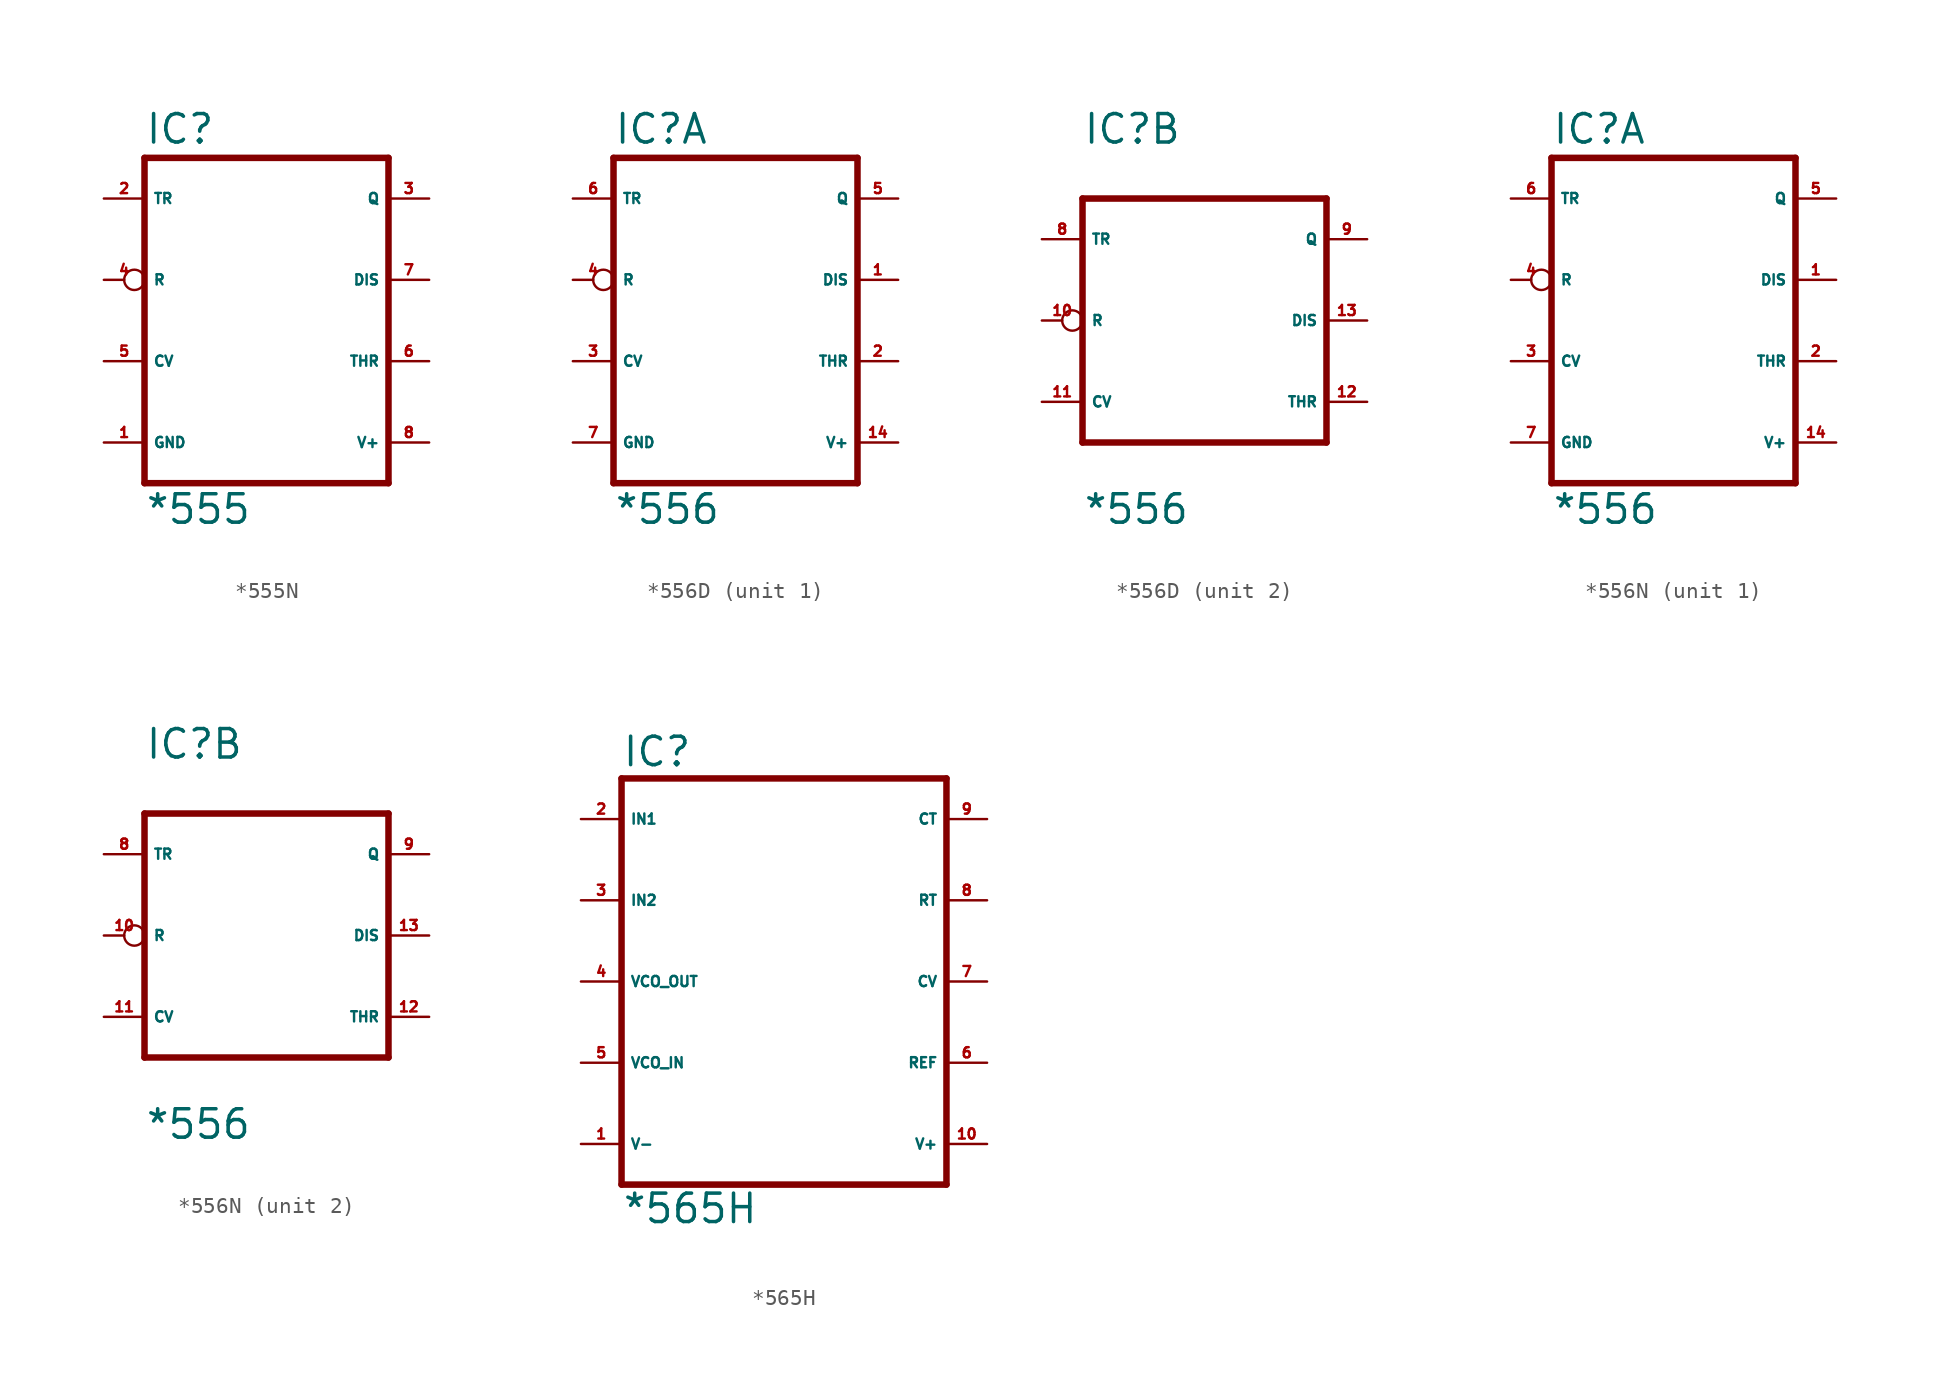
<source format=kicad_sym>
(kicad_symbol_lib
  (version 20220914)
  (generator Eagle2Kicad)
  (symbol "*555N"
    (property "Reference" "IC"
      (at -7.62 10.922 0)
      (effects (font (size 1.778 1.778) (thickness 0.22)) (justify left bottom)))
    (property "Value" "*555"
      (at -7.62 -12.827 0)
      (effects (font (size 1.778 1.778) (thickness 0.22)) (justify left bottom)))
    (polyline
      (pts (xy -7.62 -10.16) (xy 7.62 -10.16))
      (stroke (width 0.406) (type default))
      (fill (type none)))
    (polyline
      (pts (xy 7.62 -10.16) (xy 7.62 10.16))
      (stroke (width 0.406) (type default))
      (fill (type none)))
    (polyline
      (pts (xy 7.62 10.16) (xy -7.62 10.16))
      (stroke (width 0.406) (type default))
      (fill (type none)))
    (polyline
      (pts (xy -7.62 10.16) (xy -7.62 -10.16))
      (stroke (width 0.406) (type default))
      (fill (type none)))
    (pin input line
      (at -10.16 7.62 0)
      (length 2.54)
      (name "TR" (effects (font (size 0.635 0.635) (thickness 0.08)) (justify left bottom)))
      (number "2" (effects (font (size 0.635 0.635) (thickness 0.08)) (justify left bottom))))
    (pin output line
      (at 10.16 7.62 180)
      (length 2.54)
      (name "Q" (effects (font (size 0.635 0.635) (thickness 0.08)) (justify left bottom)))
      (number "3" (effects (font (size 0.635 0.635) (thickness 0.08)) (justify left bottom))))
    (pin input inverted
      (at -10.16 2.54 0)
      (length 2.54)
      (name "R" (effects (font (size 0.635 0.635) (thickness 0.08)) (justify left bottom)))
      (number "4" (effects (font (size 0.635 0.635) (thickness 0.08)) (justify left bottom))))
    (pin input line
      (at -10.16 -2.54 0)
      (length 2.54)
      (name "CV" (effects (font (size 0.635 0.635) (thickness 0.08)) (justify left bottom)))
      (number "5" (effects (font (size 0.635 0.635) (thickness 0.08)) (justify left bottom))))
    (pin input line
      (at 10.16 -2.54 180)
      (length 2.54)
      (name "THR" (effects (font (size 0.635 0.635) (thickness 0.08)) (justify left bottom)))
      (number "6" (effects (font (size 0.635 0.635) (thickness 0.08)) (justify left bottom))))
    (pin input line
      (at 10.16 2.54 180)
      (length 2.54)
      (name "DIS" (effects (font (size 0.635 0.635) (thickness 0.08)) (justify left bottom)))
      (number "7" (effects (font (size 0.635 0.635) (thickness 0.08)) (justify left bottom))))
    (pin unspecified line
      (at 10.16 -7.62 180)
      (length 2.54)
      (name "V+" (effects (font (size 0.635 0.635) (thickness 0.08)) (justify left bottom)))
      (number "8" (effects (font (size 0.635 0.635) (thickness 0.08)) (justify left bottom))))
    (pin unspecified line
      (at -10.16 -7.62 0)
      (length 2.54)
      (name "GND" (effects (font (size 0.635 0.635) (thickness 0.08)) (justify left bottom)))
      (number "1" (effects (font (size 0.635 0.635) (thickness 0.08)) (justify left bottom)))))
  (symbol "*556D"
    (property "Reference" "IC"
      (at -7.62 10.922 0)
      (effects (font (size 1.778 1.778) (thickness 0.22)) (justify left bottom)))
    (property "Value" "*556"
      (at -7.62 -12.827 0)
      (effects (font (size 1.778 1.778) (thickness 0.22)) (justify left bottom)))
    (symbol "*556D_1_0"
      (polyline (pts (xy -7.62 -10.16) (xy 7.62 -10.16)) (stroke (width 0.406) (type default)) (fill (type none)))
      (polyline (pts (xy 7.62 -10.16) (xy 7.62 10.16)) (stroke (width 0.406) (type default)) (fill (type none)))
      (polyline (pts (xy 7.62 10.16) (xy -7.62 10.16)) (stroke (width 0.406) (type default)) (fill (type none)))
      (polyline (pts (xy -7.62 10.16) (xy -7.62 -10.16)) (stroke (width 0.406) (type default)) (fill (type none)))
      (pin input line (at -10.16 7.62 0) (length 2.54) (name "TR" (effects (font (size 0.635 0.635) (thickness 0.08)) (justify left bottom))) (number "6" (effects (font (size 0.635 0.635) (thickness 0.08)) (justify left bottom))))
      (pin output line (at 10.16 7.62 180) (length 2.54) (name "Q" (effects (font (size 0.635 0.635) (thickness 0.08)) (justify left bottom))) (number "5" (effects (font (size 0.635 0.635) (thickness 0.08)) (justify left bottom))))
      (pin input inverted (at -10.16 2.54 0) (length 2.54) (name "R" (effects (font (size 0.635 0.635) (thickness 0.08)) (justify left bottom))) (number "4" (effects (font (size 0.635 0.635) (thickness 0.08)) (justify left bottom))))
      (pin input line (at -10.16 -2.54 0) (length 2.54) (name "CV" (effects (font (size 0.635 0.635) (thickness 0.08)) (justify left bottom))) (number "3" (effects (font (size 0.635 0.635) (thickness 0.08)) (justify left bottom))))
      (pin input line (at 10.16 -2.54 180) (length 2.54) (name "THR" (effects (font (size 0.635 0.635) (thickness 0.08)) (justify left bottom))) (number "2" (effects (font (size 0.635 0.635) (thickness 0.08)) (justify left bottom))))
      (pin input line (at 10.16 2.54 180) (length 2.54) (name "DIS" (effects (font (size 0.635 0.635) (thickness 0.08)) (justify left bottom))) (number "1" (effects (font (size 0.635 0.635) (thickness 0.08)) (justify left bottom))))
      (pin unspecified line (at 10.16 -7.62 180) (length 2.54) (name "V+" (effects (font (size 0.635 0.635) (thickness 0.08)) (justify left bottom))) (number "14" (effects (font (size 0.635 0.635) (thickness 0.08)) (justify left bottom))))
      (pin unspecified line (at -10.16 -7.62 0) (length 2.54) (name "GND" (effects (font (size 0.635 0.635) (thickness 0.08)) (justify left bottom))) (number "7" (effects (font (size 0.635 0.635) (thickness 0.08)) (justify left bottom)))))
    (symbol "*556D_2_0"
      (polyline (pts (xy -7.62 -7.62) (xy 7.62 -7.62)) (stroke (width 0.406) (type default)) (fill (type none)))
      (polyline (pts (xy 7.62 -7.62) (xy 7.62 7.62)) (stroke (width 0.406) (type default)) (fill (type none)))
      (polyline (pts (xy 7.62 7.62) (xy -7.62 7.62)) (stroke (width 0.406) (type default)) (fill (type none)))
      (polyline (pts (xy -7.62 7.62) (xy -7.62 -7.62)) (stroke (width 0.406) (type default)) (fill (type none)))
      (pin input line (at -10.16 5.08 0) (length 2.54) (name "TR" (effects (font (size 0.635 0.635) (thickness 0.08)) (justify left bottom))) (number "8" (effects (font (size 0.635 0.635) (thickness 0.08)) (justify left bottom))))
      (pin output line (at 10.16 5.08 180) (length 2.54) (name "Q" (effects (font (size 0.635 0.635) (thickness 0.08)) (justify left bottom))) (number "9" (effects (font (size 0.635 0.635) (thickness 0.08)) (justify left bottom))))
      (pin input inverted (at -10.16 0 0) (length 2.54) (name "R" (effects (font (size 0.635 0.635) (thickness 0.08)) (justify left bottom))) (number "10" (effects (font (size 0.635 0.635) (thickness 0.08)) (justify left bottom))))
      (pin input line (at -10.16 -5.08 0) (length 2.54) (name "CV" (effects (font (size 0.635 0.635) (thickness 0.08)) (justify left bottom))) (number "11" (effects (font (size 0.635 0.635) (thickness 0.08)) (justify left bottom))))
      (pin input line (at 10.16 -5.08 180) (length 2.54) (name "THR" (effects (font (size 0.635 0.635) (thickness 0.08)) (justify left bottom))) (number "12" (effects (font (size 0.635 0.635) (thickness 0.08)) (justify left bottom))))
      (pin input line (at 10.16 0 180) (length 2.54) (name "DIS" (effects (font (size 0.635 0.635) (thickness 0.08)) (justify left bottom))) (number "13" (effects (font (size 0.635 0.635) (thickness 0.08)) (justify left bottom))))))
  (symbol "*556N"
    (property "Reference" "IC"
      (at -7.62 10.922 0)
      (effects (font (size 1.778 1.778) (thickness 0.22)) (justify left bottom)))
    (property "Value" "*556"
      (at -7.62 -12.827 0)
      (effects (font (size 1.778 1.778) (thickness 0.22)) (justify left bottom)))
    (symbol "*556N_1_0"
      (polyline (pts (xy -7.62 -10.16) (xy 7.62 -10.16)) (stroke (width 0.406) (type default)) (fill (type none)))
      (polyline (pts (xy 7.62 -10.16) (xy 7.62 10.16)) (stroke (width 0.406) (type default)) (fill (type none)))
      (polyline (pts (xy 7.62 10.16) (xy -7.62 10.16)) (stroke (width 0.406) (type default)) (fill (type none)))
      (polyline (pts (xy -7.62 10.16) (xy -7.62 -10.16)) (stroke (width 0.406) (type default)) (fill (type none)))
      (pin input line (at -10.16 7.62 0) (length 2.54) (name "TR" (effects (font (size 0.635 0.635) (thickness 0.08)) (justify left bottom))) (number "6" (effects (font (size 0.635 0.635) (thickness 0.08)) (justify left bottom))))
      (pin output line (at 10.16 7.62 180) (length 2.54) (name "Q" (effects (font (size 0.635 0.635) (thickness 0.08)) (justify left bottom))) (number "5" (effects (font (size 0.635 0.635) (thickness 0.08)) (justify left bottom))))
      (pin input inverted (at -10.16 2.54 0) (length 2.54) (name "R" (effects (font (size 0.635 0.635) (thickness 0.08)) (justify left bottom))) (number "4" (effects (font (size 0.635 0.635) (thickness 0.08)) (justify left bottom))))
      (pin input line (at -10.16 -2.54 0) (length 2.54) (name "CV" (effects (font (size 0.635 0.635) (thickness 0.08)) (justify left bottom))) (number "3" (effects (font (size 0.635 0.635) (thickness 0.08)) (justify left bottom))))
      (pin input line (at 10.16 -2.54 180) (length 2.54) (name "THR" (effects (font (size 0.635 0.635) (thickness 0.08)) (justify left bottom))) (number "2" (effects (font (size 0.635 0.635) (thickness 0.08)) (justify left bottom))))
      (pin input line (at 10.16 2.54 180) (length 2.54) (name "DIS" (effects (font (size 0.635 0.635) (thickness 0.08)) (justify left bottom))) (number "1" (effects (font (size 0.635 0.635) (thickness 0.08)) (justify left bottom))))
      (pin unspecified line (at 10.16 -7.62 180) (length 2.54) (name "V+" (effects (font (size 0.635 0.635) (thickness 0.08)) (justify left bottom))) (number "14" (effects (font (size 0.635 0.635) (thickness 0.08)) (justify left bottom))))
      (pin unspecified line (at -10.16 -7.62 0) (length 2.54) (name "GND" (effects (font (size 0.635 0.635) (thickness 0.08)) (justify left bottom))) (number "7" (effects (font (size 0.635 0.635) (thickness 0.08)) (justify left bottom)))))
    (symbol "*556N_2_0"
      (polyline (pts (xy -7.62 -7.62) (xy 7.62 -7.62)) (stroke (width 0.406) (type default)) (fill (type none)))
      (polyline (pts (xy 7.62 -7.62) (xy 7.62 7.62)) (stroke (width 0.406) (type default)) (fill (type none)))
      (polyline (pts (xy 7.62 7.62) (xy -7.62 7.62)) (stroke (width 0.406) (type default)) (fill (type none)))
      (polyline (pts (xy -7.62 7.62) (xy -7.62 -7.62)) (stroke (width 0.406) (type default)) (fill (type none)))
      (pin input line (at -10.16 5.08 0) (length 2.54) (name "TR" (effects (font (size 0.635 0.635) (thickness 0.08)) (justify left bottom))) (number "8" (effects (font (size 0.635 0.635) (thickness 0.08)) (justify left bottom))))
      (pin output line (at 10.16 5.08 180) (length 2.54) (name "Q" (effects (font (size 0.635 0.635) (thickness 0.08)) (justify left bottom))) (number "9" (effects (font (size 0.635 0.635) (thickness 0.08)) (justify left bottom))))
      (pin input inverted (at -10.16 0 0) (length 2.54) (name "R" (effects (font (size 0.635 0.635) (thickness 0.08)) (justify left bottom))) (number "10" (effects (font (size 0.635 0.635) (thickness 0.08)) (justify left bottom))))
      (pin input line (at -10.16 -5.08 0) (length 2.54) (name "CV" (effects (font (size 0.635 0.635) (thickness 0.08)) (justify left bottom))) (number "11" (effects (font (size 0.635 0.635) (thickness 0.08)) (justify left bottom))))
      (pin input line (at 10.16 -5.08 180) (length 2.54) (name "THR" (effects (font (size 0.635 0.635) (thickness 0.08)) (justify left bottom))) (number "12" (effects (font (size 0.635 0.635) (thickness 0.08)) (justify left bottom))))
      (pin input line (at 10.16 0 180) (length 2.54) (name "DIS" (effects (font (size 0.635 0.635) (thickness 0.08)) (justify left bottom))) (number "13" (effects (font (size 0.635 0.635) (thickness 0.08)) (justify left bottom))))))
  (symbol "*565H"
    (property "Reference" "IC"
      (at -10.16 13.335 0)
      (effects (font (size 1.778 1.778) (thickness 0.22)) (justify left bottom)))
    (property "Value" "*565H"
      (at -10.16 -15.24 0)
      (effects (font (size 1.778 1.778) (thickness 0.22)) (justify left bottom)))
    (polyline
      (pts (xy -10.16 -12.7) (xy 10.16 -12.7))
      (stroke (width 0.406) (type default))
      (fill (type none)))
    (polyline
      (pts (xy 10.16 -12.7) (xy 10.16 12.7))
      (stroke (width 0.406) (type default))
      (fill (type none)))
    (polyline
      (pts (xy 10.16 12.7) (xy -10.16 12.7))
      (stroke (width 0.406) (type default))
      (fill (type none)))
    (polyline
      (pts (xy -10.16 12.7) (xy -10.16 -12.7))
      (stroke (width 0.406) (type default))
      (fill (type none)))
    (pin input line
      (at -12.7 10.16 0)
      (length 2.54)
      (name "IN1" (effects (font (size 0.635 0.635) (thickness 0.08)) (justify left bottom)))
      (number "2" (effects (font (size 0.635 0.635) (thickness 0.08)) (justify left bottom))))
    (pin passive line
      (at 12.7 10.16 180)
      (length 2.54)
      (name "CT" (effects (font (size 0.635 0.635) (thickness 0.08)) (justify left bottom)))
      (number "9" (effects (font (size 0.635 0.635) (thickness 0.08)) (justify left bottom))))
    (pin input line
      (at -12.7 5.08 0)
      (length 2.54)
      (name "IN2" (effects (font (size 0.635 0.635) (thickness 0.08)) (justify left bottom)))
      (number "3" (effects (font (size 0.635 0.635) (thickness 0.08)) (justify left bottom))))
    (pin input line
      (at 12.7 0 180)
      (length 2.54)
      (name "CV" (effects (font (size 0.635 0.635) (thickness 0.08)) (justify left bottom)))
      (number "7" (effects (font (size 0.635 0.635) (thickness 0.08)) (justify left bottom))))
    (pin passive line
      (at 12.7 5.08 180)
      (length 2.54)
      (name "RT" (effects (font (size 0.635 0.635) (thickness 0.08)) (justify left bottom)))
      (number "8" (effects (font (size 0.635 0.635) (thickness 0.08)) (justify left bottom))))
    (pin input line
      (at -12.7 -5.08 0)
      (length 2.54)
      (name "VCO_IN" (effects (font (size 0.635 0.635) (thickness 0.08)) (justify left bottom)))
      (number "5" (effects (font (size 0.635 0.635) (thickness 0.08)) (justify left bottom))))
    (pin output line
      (at -12.7 0 0)
      (length 2.54)
      (name "VCO_OUT" (effects (font (size 0.635 0.635) (thickness 0.08)) (justify left bottom)))
      (number "4" (effects (font (size 0.635 0.635) (thickness 0.08)) (justify left bottom))))
    (pin output line
      (at 12.7 -5.08 180)
      (length 2.54)
      (name "REF" (effects (font (size 0.635 0.635) (thickness 0.08)) (justify left bottom)))
      (number "6" (effects (font (size 0.635 0.635) (thickness 0.08)) (justify left bottom))))
    (pin unspecified line
      (at 12.7 -10.16 180)
      (length 2.54)
      (name "V+" (effects (font (size 0.635 0.635) (thickness 0.08)) (justify left bottom)))
      (number "10" (effects (font (size 0.635 0.635) (thickness 0.08)) (justify left bottom))))
    (pin unspecified line
      (at -12.7 -10.16 0)
      (length 2.54)
      (name "V-" (effects (font (size 0.635 0.635) (thickness 0.08)) (justify left bottom)))
      (number "1" (effects (font (size 0.635 0.635) (thickness 0.08)) (justify left bottom))))))
</source>
